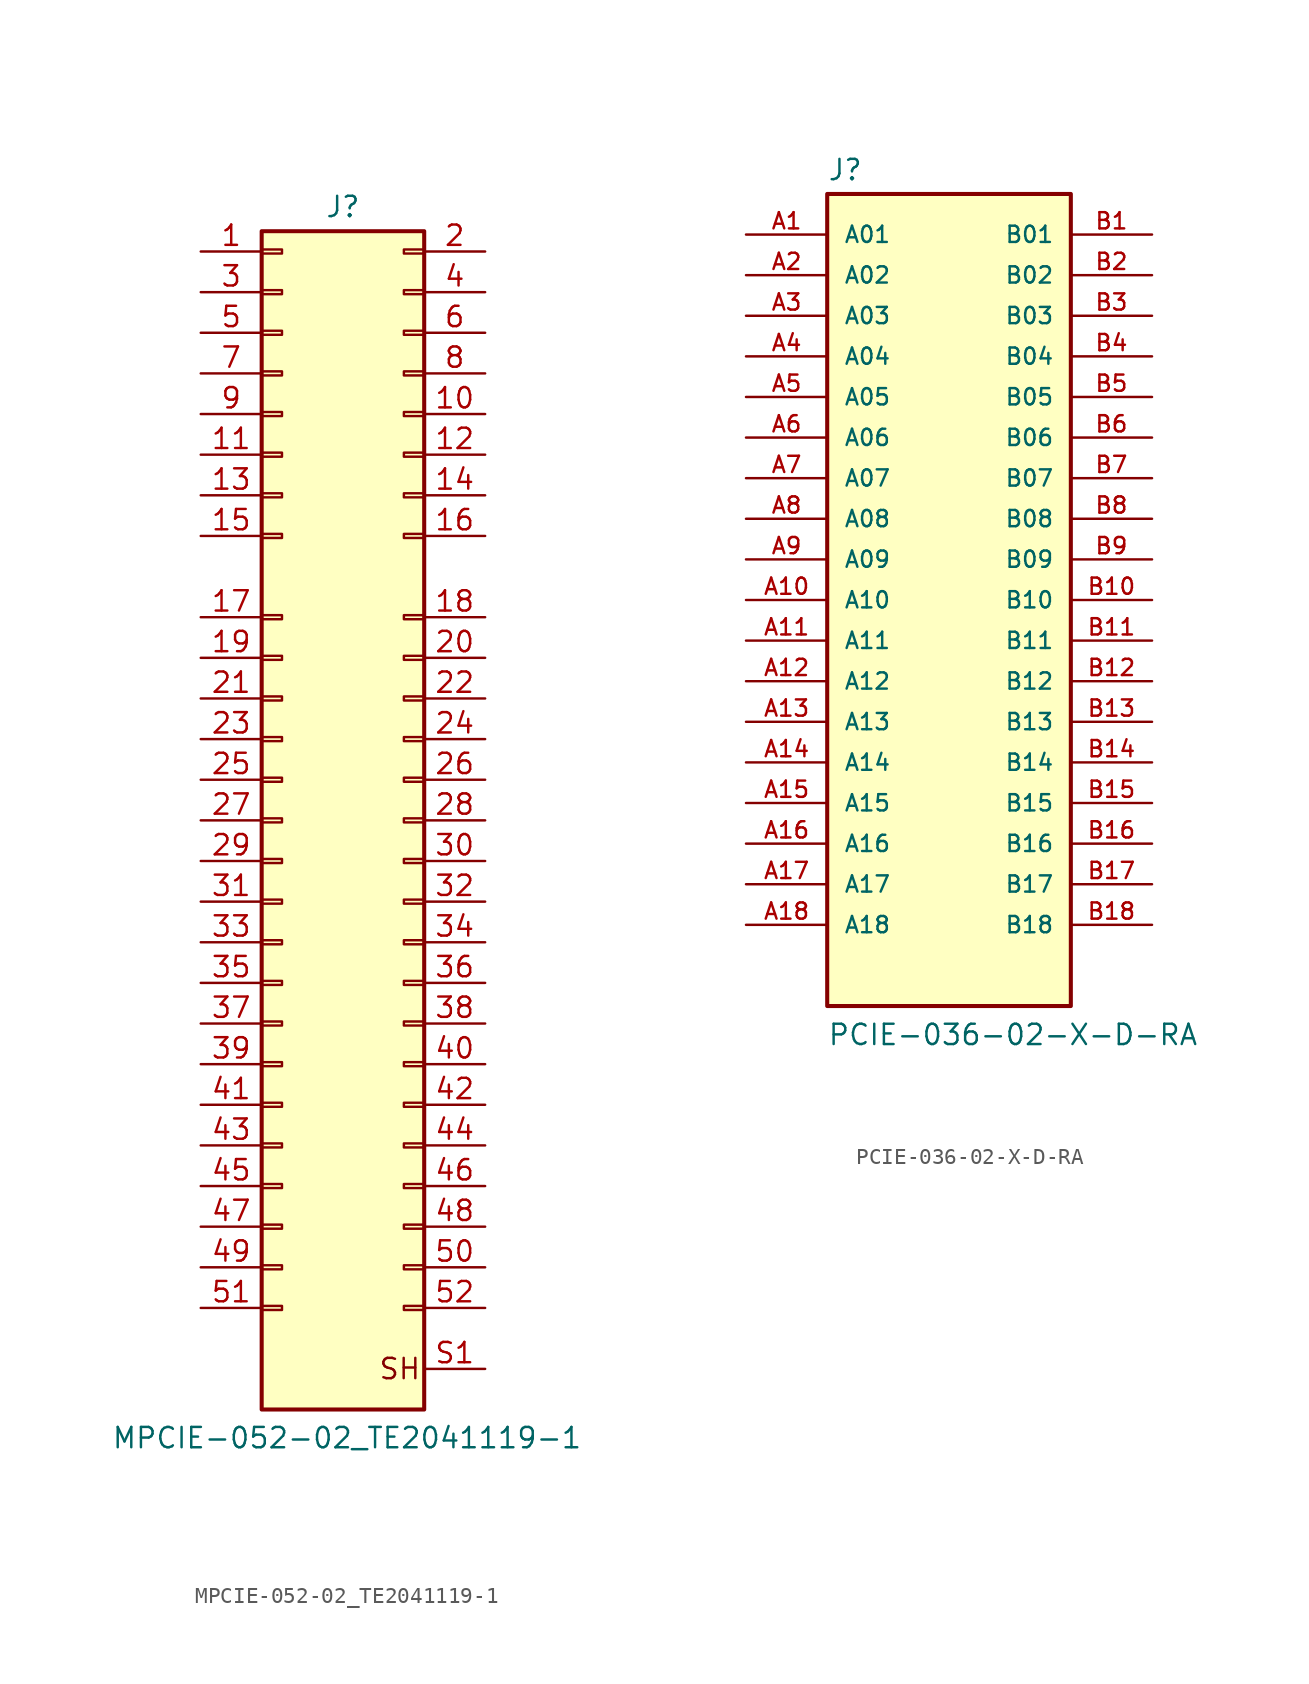
<source format=kicad_sym>
(kicad_symbol_lib
  (version 20231120)
  (generator "kicad_symbol_editor")
  (generator_version "8.0")
  (symbol "MPCIE-052-02_TE2041119-1"
    (pin_names
      (offset 1.016) hide)
    (property "Reference" "J"
      (at 0 1.524 0)
      (effects (font (size 1.27 1.27))))
    (property "Value" "MPCIE-052-02_TE2041119-1"
      (at 0.254 -75.438 0)
      (effects (font (size 1.27 1.27))))
    (symbol "MPCIE-052-02_TE2041119-1_1_0"
      (pin passive line (at 8.89 -71.12 180) (length 3.81) (name "SH" (effects (font (size 1.27 1.27)))) (number "S1" (effects (font (size 1.27 1.27)))))
      (pin passive line (at 8.89 -71.12 180) (length 3.81) hide (name "SH" (effects (font (size 1.27 1.27)))) (number "S2" (effects (font (size 1.27 1.27))))))
    (symbol "MPCIE-052-02_TE2041119-1_1_1"
      (rectangle (start -5.08 -67.183) (end -3.81 -67.437) (stroke (width 0.152) (type default)) (fill (type none)))
      (rectangle (start -5.08 -64.643) (end -3.81 -64.897) (stroke (width 0.152) (type default)) (fill (type none)))
      (rectangle (start -5.08 -62.103) (end -3.81 -62.357) (stroke (width 0.152) (type default)) (fill (type none)))
      (rectangle (start -5.08 -59.563) (end -3.81 -59.817) (stroke (width 0.152) (type default)) (fill (type none)))
      (rectangle (start -5.08 -57.023) (end -3.81 -57.277) (stroke (width 0.152) (type default)) (fill (type none)))
      (rectangle (start -5.08 -54.483) (end -3.81 -54.737) (stroke (width 0.152) (type default)) (fill (type none)))
      (rectangle (start -5.08 -51.943) (end -3.81 -52.197) (stroke (width 0.152) (type default)) (fill (type none)))
      (rectangle (start -5.08 -49.403) (end -3.81 -49.657) (stroke (width 0.152) (type default)) (fill (type none)))
      (rectangle (start -5.08 -46.863) (end -3.81 -47.117) (stroke (width 0.152) (type default)) (fill (type none)))
      (rectangle (start -5.08 -44.323) (end -3.81 -44.577) (stroke (width 0.152) (type default)) (fill (type none)))
      (rectangle (start -5.08 -41.783) (end -3.81 -42.037) (stroke (width 0.152) (type default)) (fill (type none)))
      (rectangle (start -5.08 -39.243) (end -3.81 -39.497) (stroke (width 0.152) (type default)) (fill (type none)))
      (rectangle (start -5.08 -36.703) (end -3.81 -36.957) (stroke (width 0.152) (type default)) (fill (type none)))
      (rectangle (start -5.08 -34.163) (end -3.81 -34.417) (stroke (width 0.152) (type default)) (fill (type none)))
      (rectangle (start -5.08 -31.623) (end -3.81 -31.877) (stroke (width 0.152) (type default)) (fill (type none)))
      (rectangle (start -5.08 -29.083) (end -3.81 -29.337) (stroke (width 0.152) (type default)) (fill (type none)))
      (rectangle (start -5.08 -26.543) (end -3.81 -26.797) (stroke (width 0.152) (type default)) (fill (type none)))
      (rectangle (start -5.08 -24.003) (end -3.81 -24.257) (stroke (width 0.152) (type default)) (fill (type none)))
      (rectangle (start -5.08 -18.923) (end -3.81 -19.177) (stroke (width 0.152) (type default)) (fill (type none)))
      (rectangle (start -5.08 -16.383) (end -3.81 -16.637) (stroke (width 0.152) (type default)) (fill (type none)))
      (rectangle (start -5.08 -13.843) (end -3.81 -14.097) (stroke (width 0.152) (type default)) (fill (type none)))
      (rectangle (start -5.08 -11.303) (end -3.81 -11.557) (stroke (width 0.152) (type default)) (fill (type none)))
      (rectangle (start -5.08 -8.763) (end -3.81 -9.017) (stroke (width 0.152) (type default)) (fill (type none)))
      (rectangle (start -5.08 -6.223) (end -3.81 -6.477) (stroke (width 0.152) (type default)) (fill (type none)))
      (rectangle (start -5.08 -3.683) (end -3.81 -3.937) (stroke (width 0.152) (type default)) (fill (type none)))
      (rectangle (start -5.08 -1.143) (end -3.81 -1.397) (stroke (width 0.152) (type default)) (fill (type none)))
      (rectangle (start -5.08 0) (end 5.08 -73.66) (stroke (width 0.254) (type default)) (fill (type background)))
      (rectangle (start 5.08 -67.183) (end 3.81 -67.437) (stroke (width 0.152) (type default)) (fill (type none)))
      (rectangle (start 5.08 -64.643) (end 3.81 -64.897) (stroke (width 0.152) (type default)) (fill (type none)))
      (rectangle (start 5.08 -62.103) (end 3.81 -62.357) (stroke (width 0.152) (type default)) (fill (type none)))
      (rectangle (start 5.08 -59.563) (end 3.81 -59.817) (stroke (width 0.152) (type default)) (fill (type none)))
      (rectangle (start 5.08 -57.023) (end 3.81 -57.277) (stroke (width 0.152) (type default)) (fill (type none)))
      (rectangle (start 5.08 -54.483) (end 3.81 -54.737) (stroke (width 0.152) (type default)) (fill (type none)))
      (rectangle (start 5.08 -51.943) (end 3.81 -52.197) (stroke (width 0.152) (type default)) (fill (type none)))
      (rectangle (start 5.08 -49.403) (end 3.81 -49.657) (stroke (width 0.152) (type default)) (fill (type none)))
      (rectangle (start 5.08 -46.863) (end 3.81 -47.117) (stroke (width 0.152) (type default)) (fill (type none)))
      (rectangle (start 5.08 -44.323) (end 3.81 -44.577) (stroke (width 0.152) (type default)) (fill (type none)))
      (rectangle (start 5.08 -41.783) (end 3.81 -42.037) (stroke (width 0.152) (type default)) (fill (type none)))
      (rectangle (start 5.08 -39.243) (end 3.81 -39.497) (stroke (width 0.152) (type default)) (fill (type none)))
      (rectangle (start 5.08 -36.703) (end 3.81 -36.957) (stroke (width 0.152) (type default)) (fill (type none)))
      (rectangle (start 5.08 -34.163) (end 3.81 -34.417) (stroke (width 0.152) (type default)) (fill (type none)))
      (rectangle (start 5.08 -31.623) (end 3.81 -31.877) (stroke (width 0.152) (type default)) (fill (type none)))
      (rectangle (start 5.08 -29.083) (end 3.81 -29.337) (stroke (width 0.152) (type default)) (fill (type none)))
      (rectangle (start 5.08 -26.543) (end 3.81 -26.797) (stroke (width 0.152) (type default)) (fill (type none)))
      (rectangle (start 5.08 -24.003) (end 3.81 -24.257) (stroke (width 0.152) (type default)) (fill (type none)))
      (rectangle (start 5.08 -18.923) (end 3.81 -19.177) (stroke (width 0.152) (type default)) (fill (type none)))
      (rectangle (start 5.08 -16.383) (end 3.81 -16.637) (stroke (width 0.152) (type default)) (fill (type none)))
      (rectangle (start 5.08 -13.843) (end 3.81 -14.097) (stroke (width 0.152) (type default)) (fill (type none)))
      (rectangle (start 5.08 -11.303) (end 3.81 -11.557) (stroke (width 0.152) (type default)) (fill (type none)))
      (rectangle (start 5.08 -8.763) (end 3.81 -9.017) (stroke (width 0.152) (type default)) (fill (type none)))
      (rectangle (start 5.08 -6.223) (end 3.81 -6.477) (stroke (width 0.152) (type default)) (fill (type none)))
      (rectangle (start 5.08 -3.683) (end 3.81 -3.937) (stroke (width 0.152) (type default)) (fill (type none)))
      (rectangle (start 5.08 -1.143) (end 3.81 -1.397) (stroke (width 0.152) (type default)) (fill (type none)))
      (text "SH" (at 3.556 -71.12 0) (effects (font (size 1.27 1.27))))
      (pin passive line (at -8.89 -1.27 0) (length 3.81) (name "Pin_1" (effects (font (size 1.27 1.27)))) (number "1" (effects (font (size 1.27 1.27)))))
      (pin passive line (at 8.89 -11.43 180) (length 3.81) (name "Pin_10" (effects (font (size 1.27 1.27)))) (number "10" (effects (font (size 1.27 1.27)))))
      (pin passive line (at -8.89 -13.97 0) (length 3.81) (name "Pin_11" (effects (font (size 1.27 1.27)))) (number "11" (effects (font (size 1.27 1.27)))))
      (pin passive line (at 8.89 -13.97 180) (length 3.81) (name "Pin_12" (effects (font (size 1.27 1.27)))) (number "12" (effects (font (size 1.27 1.27)))))
      (pin passive line (at -8.89 -16.51 0) (length 3.81) (name "Pin_13" (effects (font (size 1.27 1.27)))) (number "13" (effects (font (size 1.27 1.27)))))
      (pin passive line (at 8.89 -16.51 180) (length 3.81) (name "Pin_14" (effects (font (size 1.27 1.27)))) (number "14" (effects (font (size 1.27 1.27)))))
      (pin passive line (at -8.89 -19.05 0) (length 3.81) (name "Pin_15" (effects (font (size 1.27 1.27)))) (number "15" (effects (font (size 1.27 1.27)))))
      (pin passive line (at 8.89 -19.05 180) (length 3.81) (name "Pin_16" (effects (font (size 1.27 1.27)))) (number "16" (effects (font (size 1.27 1.27)))))
      (pin passive line (at -8.89 -24.13 0) (length 3.81) (name "Pin_17" (effects (font (size 1.27 1.27)))) (number "17" (effects (font (size 1.27 1.27)))))
      (pin passive line (at 8.89 -24.13 180) (length 3.81) (name "Pin_18" (effects (font (size 1.27 1.27)))) (number "18" (effects (font (size 1.27 1.27)))))
      (pin passive line (at -8.89 -26.67 0) (length 3.81) (name "Pin_19" (effects (font (size 1.27 1.27)))) (number "19" (effects (font (size 1.27 1.27)))))
      (pin passive line (at 8.89 -1.27 180) (length 3.81) (name "Pin_2" (effects (font (size 1.27 1.27)))) (number "2" (effects (font (size 1.27 1.27)))))
      (pin passive line (at 8.89 -26.67 180) (length 3.81) (name "Pin_20" (effects (font (size 1.27 1.27)))) (number "20" (effects (font (size 1.27 1.27)))))
      (pin passive line (at -8.89 -29.21 0) (length 3.81) (name "Pin_21" (effects (font (size 1.27 1.27)))) (number "21" (effects (font (size 1.27 1.27)))))
      (pin passive line (at 8.89 -29.21 180) (length 3.81) (name "Pin_22" (effects (font (size 1.27 1.27)))) (number "22" (effects (font (size 1.27 1.27)))))
      (pin passive line (at -8.89 -31.75 0) (length 3.81) (name "Pin_23" (effects (font (size 1.27 1.27)))) (number "23" (effects (font (size 1.27 1.27)))))
      (pin passive line (at 8.89 -31.75 180) (length 3.81) (name "Pin_24" (effects (font (size 1.27 1.27)))) (number "24" (effects (font (size 1.27 1.27)))))
      (pin passive line (at -8.89 -34.29 0) (length 3.81) (name "Pin_25" (effects (font (size 1.27 1.27)))) (number "25" (effects (font (size 1.27 1.27)))))
      (pin passive line (at 8.89 -34.29 180) (length 3.81) (name "Pin_26" (effects (font (size 1.27 1.27)))) (number "26" (effects (font (size 1.27 1.27)))))
      (pin passive line (at -8.89 -36.83 0) (length 3.81) (name "Pin_27" (effects (font (size 1.27 1.27)))) (number "27" (effects (font (size 1.27 1.27)))))
      (pin passive line (at 8.89 -36.83 180) (length 3.81) (name "Pin_28" (effects (font (size 1.27 1.27)))) (number "28" (effects (font (size 1.27 1.27)))))
      (pin passive line (at -8.89 -39.37 0) (length 3.81) (name "Pin_29" (effects (font (size 1.27 1.27)))) (number "29" (effects (font (size 1.27 1.27)))))
      (pin passive line (at -8.89 -3.81 0) (length 3.81) (name "Pin_3" (effects (font (size 1.27 1.27)))) (number "3" (effects (font (size 1.27 1.27)))))
      (pin passive line (at 8.89 -39.37 180) (length 3.81) (name "Pin_30" (effects (font (size 1.27 1.27)))) (number "30" (effects (font (size 1.27 1.27)))))
      (pin passive line (at -8.89 -41.91 0) (length 3.81) (name "Pin_31" (effects (font (size 1.27 1.27)))) (number "31" (effects (font (size 1.27 1.27)))))
      (pin passive line (at 8.89 -41.91 180) (length 3.81) (name "Pin_32" (effects (font (size 1.27 1.27)))) (number "32" (effects (font (size 1.27 1.27)))))
      (pin passive line (at -8.89 -44.45 0) (length 3.81) (name "Pin_33" (effects (font (size 1.27 1.27)))) (number "33" (effects (font (size 1.27 1.27)))))
      (pin passive line (at 8.89 -44.45 180) (length 3.81) (name "Pin_34" (effects (font (size 1.27 1.27)))) (number "34" (effects (font (size 1.27 1.27)))))
      (pin passive line (at -8.89 -46.99 0) (length 3.81) (name "Pin_35" (effects (font (size 1.27 1.27)))) (number "35" (effects (font (size 1.27 1.27)))))
      (pin passive line (at 8.89 -46.99 180) (length 3.81) (name "Pin_36" (effects (font (size 1.27 1.27)))) (number "36" (effects (font (size 1.27 1.27)))))
      (pin passive line (at -8.89 -49.53 0) (length 3.81) (name "Pin_37" (effects (font (size 1.27 1.27)))) (number "37" (effects (font (size 1.27 1.27)))))
      (pin passive line (at 8.89 -49.53 180) (length 3.81) (name "Pin_38" (effects (font (size 1.27 1.27)))) (number "38" (effects (font (size 1.27 1.27)))))
      (pin passive line (at -8.89 -52.07 0) (length 3.81) (name "Pin_39" (effects (font (size 1.27 1.27)))) (number "39" (effects (font (size 1.27 1.27)))))
      (pin passive line (at 8.89 -3.81 180) (length 3.81) (name "Pin_4" (effects (font (size 1.27 1.27)))) (number "4" (effects (font (size 1.27 1.27)))))
      (pin passive line (at 8.89 -52.07 180) (length 3.81) (name "Pin_40" (effects (font (size 1.27 1.27)))) (number "40" (effects (font (size 1.27 1.27)))))
      (pin passive line (at -8.89 -54.61 0) (length 3.81) (name "Pin_41" (effects (font (size 1.27 1.27)))) (number "41" (effects (font (size 1.27 1.27)))))
      (pin passive line (at 8.89 -54.61 180) (length 3.81) (name "Pin_42" (effects (font (size 1.27 1.27)))) (number "42" (effects (font (size 1.27 1.27)))))
      (pin passive line (at -8.89 -57.15 0) (length 3.81) (name "Pin_43" (effects (font (size 1.27 1.27)))) (number "43" (effects (font (size 1.27 1.27)))))
      (pin passive line (at 8.89 -57.15 180) (length 3.81) (name "Pin_44" (effects (font (size 1.27 1.27)))) (number "44" (effects (font (size 1.27 1.27)))))
      (pin passive line (at -8.89 -59.69 0) (length 3.81) (name "Pin_45" (effects (font (size 1.27 1.27)))) (number "45" (effects (font (size 1.27 1.27)))))
      (pin passive line (at 8.89 -59.69 180) (length 3.81) (name "Pin_46" (effects (font (size 1.27 1.27)))) (number "46" (effects (font (size 1.27 1.27)))))
      (pin passive line (at -8.89 -62.23 0) (length 3.81) (name "Pin_47" (effects (font (size 1.27 1.27)))) (number "47" (effects (font (size 1.27 1.27)))))
      (pin passive line (at 8.89 -62.23 180) (length 3.81) (name "Pin_48" (effects (font (size 1.27 1.27)))) (number "48" (effects (font (size 1.27 1.27)))))
      (pin passive line (at -8.89 -64.77 0) (length 3.81) (name "Pin_49" (effects (font (size 1.27 1.27)))) (number "49" (effects (font (size 1.27 1.27)))))
      (pin passive line (at -8.89 -6.35 0) (length 3.81) (name "Pin_5" (effects (font (size 1.27 1.27)))) (number "5" (effects (font (size 1.27 1.27)))))
      (pin passive line (at 8.89 -64.77 180) (length 3.81) (name "Pin_50" (effects (font (size 1.27 1.27)))) (number "50" (effects (font (size 1.27 1.27)))))
      (pin passive line (at -8.89 -67.31 0) (length 3.81) (name "Pin_51" (effects (font (size 1.27 1.27)))) (number "51" (effects (font (size 1.27 1.27)))))
      (pin passive line (at 8.89 -67.31 180) (length 3.81) (name "Pin_52" (effects (font (size 1.27 1.27)))) (number "52" (effects (font (size 1.27 1.27)))))
      (pin passive line (at 8.89 -6.35 180) (length 3.81) (name "Pin_6" (effects (font (size 1.27 1.27)))) (number "6" (effects (font (size 1.27 1.27)))))
      (pin passive line (at -8.89 -8.89 0) (length 3.81) (name "Pin_7" (effects (font (size 1.27 1.27)))) (number "7" (effects (font (size 1.27 1.27)))))
      (pin passive line (at 8.89 -8.89 180) (length 3.81) (name "Pin_8" (effects (font (size 1.27 1.27)))) (number "8" (effects (font (size 1.27 1.27)))))
      (pin passive line (at -8.89 -11.43 0) (length 3.81) (name "Pin_9" (effects (font (size 1.27 1.27)))) (number "9" (effects (font (size 1.27 1.27)))))))
  (symbol "PCIE-036-02-X-D-RA"
    (pin_names
      (offset 1.016))
    (property "Reference" "J"
      (at -7.62 26.162 0)
      (effects (font (size 1.27 1.27)) (justify left bottom)))
    (property "Value" "PCIE-036-02-X-D-RA"
      (at -7.62 -27.94 0)
      (effects (font (size 1.27 1.27)) (justify left bottom)))
    (symbol "PCIE-036-02-X-D-RA_0_0"
      (rectangle (start -7.62 -25.4) (end 7.62 25.4) (stroke (width 0.254) (type default)) (fill (type background)))
      (pin passive line (at -12.7 0 0) (length 5.08) (name "A10" (effects (font (size 1.016 1.016)))) (number "A10" (effects (font (size 1.016 1.016)))))
      (pin passive line (at -12.7 -2.54 0) (length 5.08) (name "A11" (effects (font (size 1.016 1.016)))) (number "A11" (effects (font (size 1.016 1.016)))))
      (pin passive line (at -12.7 -5.08 0) (length 5.08) (name "A12" (effects (font (size 1.016 1.016)))) (number "A12" (effects (font (size 1.016 1.016)))))
      (pin passive line (at -12.7 -7.62 0) (length 5.08) (name "A13" (effects (font (size 1.016 1.016)))) (number "A13" (effects (font (size 1.016 1.016)))))
      (pin passive line (at -12.7 -10.16 0) (length 5.08) (name "A14" (effects (font (size 1.016 1.016)))) (number "A14" (effects (font (size 1.016 1.016)))))
      (pin passive line (at -12.7 -12.7 0) (length 5.08) (name "A15" (effects (font (size 1.016 1.016)))) (number "A15" (effects (font (size 1.016 1.016)))))
      (pin passive line (at -12.7 -15.24 0) (length 5.08) (name "A16" (effects (font (size 1.016 1.016)))) (number "A16" (effects (font (size 1.016 1.016)))))
      (pin passive line (at -12.7 -17.78 0) (length 5.08) (name "A17" (effects (font (size 1.016 1.016)))) (number "A17" (effects (font (size 1.016 1.016)))))
      (pin passive line (at -12.7 -20.32 0) (length 5.08) (name "A18" (effects (font (size 1.016 1.016)))) (number "A18" (effects (font (size 1.016 1.016)))))
      (pin passive line (at 12.7 0 180) (length 5.08) (name "B10" (effects (font (size 1.016 1.016)))) (number "B10" (effects (font (size 1.016 1.016)))))
      (pin passive line (at 12.7 -2.54 180) (length 5.08) (name "B11" (effects (font (size 1.016 1.016)))) (number "B11" (effects (font (size 1.016 1.016)))))
      (pin passive line (at 12.7 -5.08 180) (length 5.08) (name "B12" (effects (font (size 1.016 1.016)))) (number "B12" (effects (font (size 1.016 1.016)))))
      (pin passive line (at 12.7 -7.62 180) (length 5.08) (name "B13" (effects (font (size 1.016 1.016)))) (number "B13" (effects (font (size 1.016 1.016)))))
      (pin passive line (at 12.7 -10.16 180) (length 5.08) (name "B14" (effects (font (size 1.016 1.016)))) (number "B14" (effects (font (size 1.016 1.016)))))
      (pin passive line (at 12.7 -12.7 180) (length 5.08) (name "B15" (effects (font (size 1.016 1.016)))) (number "B15" (effects (font (size 1.016 1.016)))))
      (pin passive line (at 12.7 -15.24 180) (length 5.08) (name "B16" (effects (font (size 1.016 1.016)))) (number "B16" (effects (font (size 1.016 1.016)))))
      (pin passive line (at 12.7 -17.78 180) (length 5.08) (name "B17" (effects (font (size 1.016 1.016)))) (number "B17" (effects (font (size 1.016 1.016)))))
      (pin passive line (at 12.7 -20.32 180) (length 5.08) (name "B18" (effects (font (size 1.016 1.016)))) (number "B18" (effects (font (size 1.016 1.016))))))
    (symbol "PCIE-036-02-X-D-RA_1_0"
      (pin passive line (at -12.7 22.86 0) (length 5.08) (name "A01" (effects (font (size 1.016 1.016)))) (number "A1" (effects (font (size 1.016 1.016)))))
      (pin passive line (at -12.7 20.32 0) (length 5.08) (name "A02" (effects (font (size 1.016 1.016)))) (number "A2" (effects (font (size 1.016 1.016)))))
      (pin passive line (at -12.7 17.78 0) (length 5.08) (name "A03" (effects (font (size 1.016 1.016)))) (number "A3" (effects (font (size 1.016 1.016)))))
      (pin passive line (at -12.7 15.24 0) (length 5.08) (name "A04" (effects (font (size 1.016 1.016)))) (number "A4" (effects (font (size 1.016 1.016)))))
      (pin passive line (at -12.7 12.7 0) (length 5.08) (name "A05" (effects (font (size 1.016 1.016)))) (number "A5" (effects (font (size 1.016 1.016)))))
      (pin passive line (at -12.7 10.16 0) (length 5.08) (name "A06" (effects (font (size 1.016 1.016)))) (number "A6" (effects (font (size 1.016 1.016)))))
      (pin passive line (at -12.7 7.62 0) (length 5.08) (name "A07" (effects (font (size 1.016 1.016)))) (number "A7" (effects (font (size 1.016 1.016)))))
      (pin passive line (at -12.7 5.08 0) (length 5.08) (name "A08" (effects (font (size 1.016 1.016)))) (number "A8" (effects (font (size 1.016 1.016)))))
      (pin passive line (at -12.7 2.54 0) (length 5.08) (name "A09" (effects (font (size 1.016 1.016)))) (number "A9" (effects (font (size 1.016 1.016)))))
      (pin passive line (at 12.7 22.86 180) (length 5.08) (name "B01" (effects (font (size 1.016 1.016)))) (number "B1" (effects (font (size 1.016 1.016)))))
      (pin passive line (at 12.7 20.32 180) (length 5.08) (name "B02" (effects (font (size 1.016 1.016)))) (number "B2" (effects (font (size 1.016 1.016)))))
      (pin passive line (at 12.7 17.78 180) (length 5.08) (name "B03" (effects (font (size 1.016 1.016)))) (number "B3" (effects (font (size 1.016 1.016)))))
      (pin passive line (at 12.7 15.24 180) (length 5.08) (name "B04" (effects (font (size 1.016 1.016)))) (number "B4" (effects (font (size 1.016 1.016)))))
      (pin passive line (at 12.7 12.7 180) (length 5.08) (name "B05" (effects (font (size 1.016 1.016)))) (number "B5" (effects (font (size 1.016 1.016)))))
      (pin passive line (at 12.7 10.16 180) (length 5.08) (name "B06" (effects (font (size 1.016 1.016)))) (number "B6" (effects (font (size 1.016 1.016)))))
      (pin passive line (at 12.7 7.62 180) (length 5.08) (name "B07" (effects (font (size 1.016 1.016)))) (number "B7" (effects (font (size 1.016 1.016)))))
      (pin passive line (at 12.7 5.08 180) (length 5.08) (name "B08" (effects (font (size 1.016 1.016)))) (number "B8" (effects (font (size 1.016 1.016)))))
      (pin passive line (at 12.7 2.54 180) (length 5.08) (name "B09" (effects (font (size 1.016 1.016)))) (number "B9" (effects (font (size 1.016 1.016))))))))
</source>
